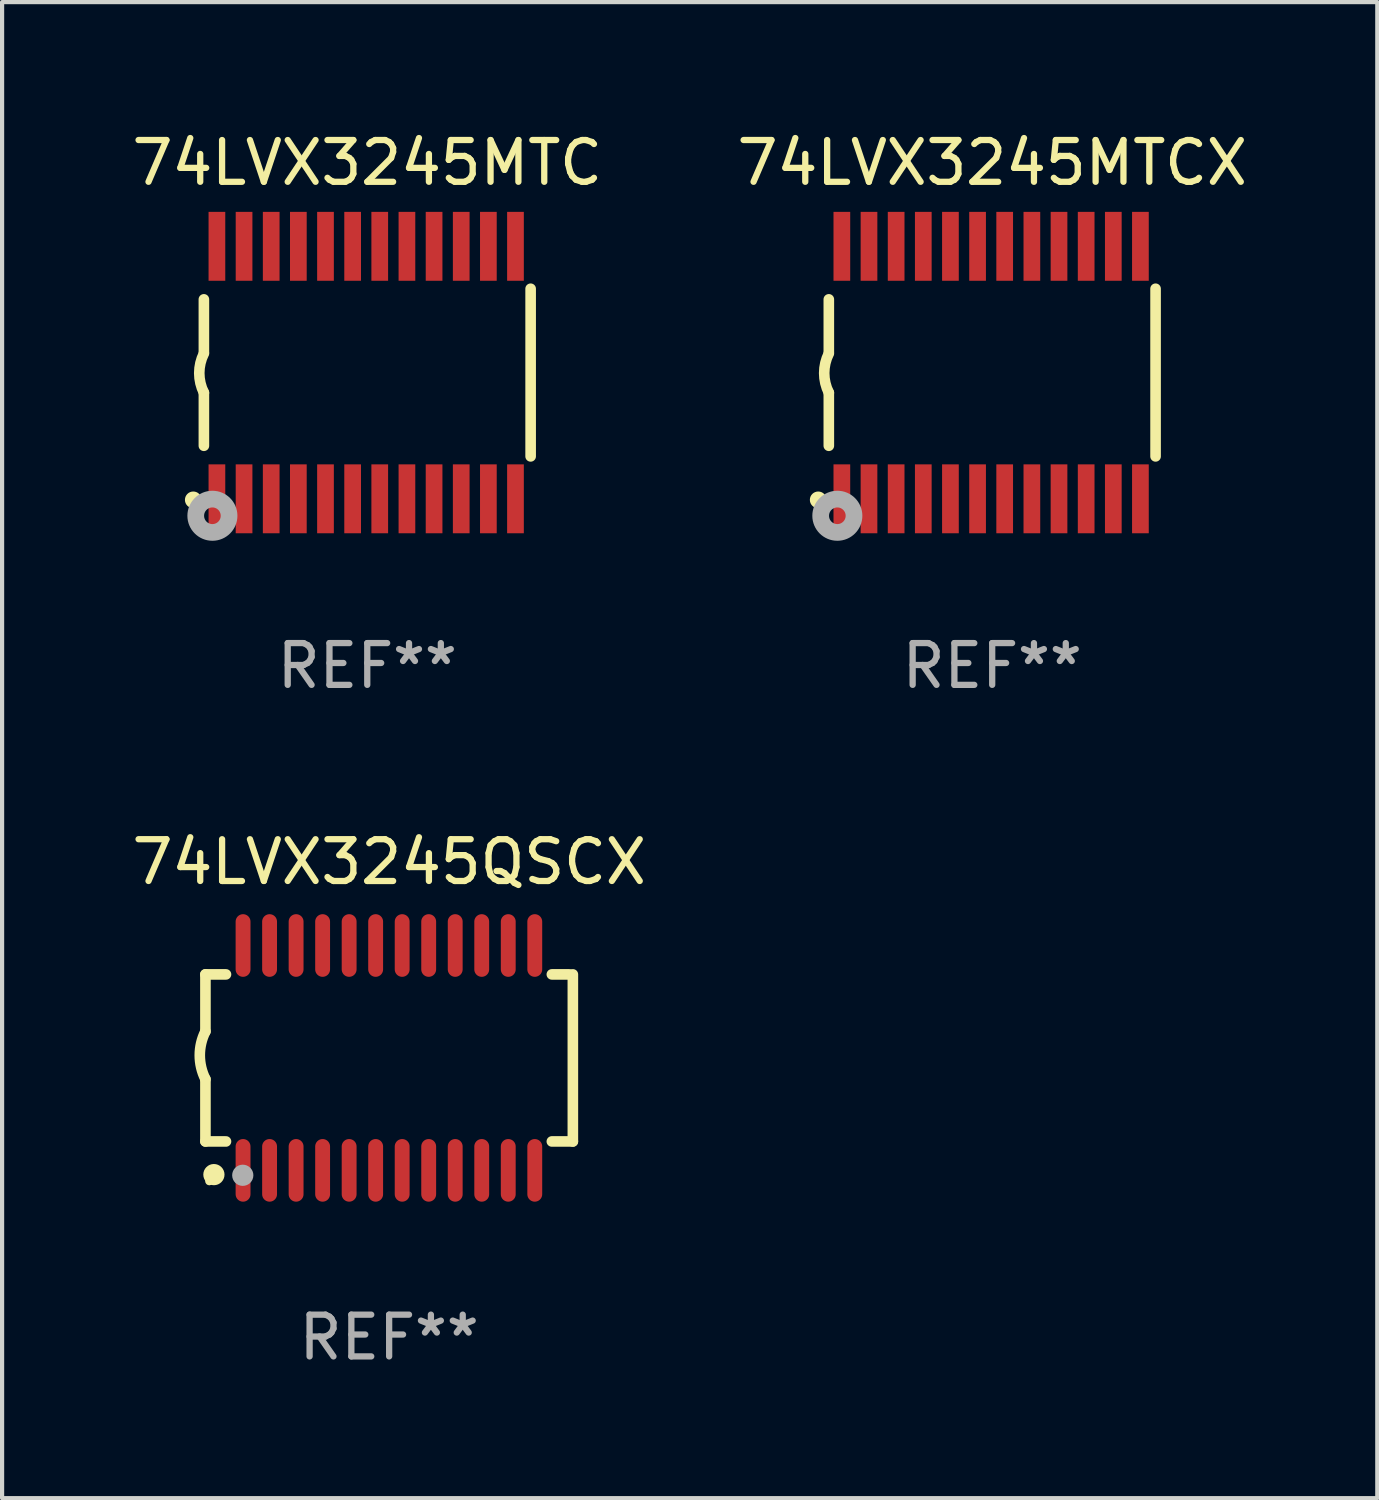
<source format=kicad_pcb>
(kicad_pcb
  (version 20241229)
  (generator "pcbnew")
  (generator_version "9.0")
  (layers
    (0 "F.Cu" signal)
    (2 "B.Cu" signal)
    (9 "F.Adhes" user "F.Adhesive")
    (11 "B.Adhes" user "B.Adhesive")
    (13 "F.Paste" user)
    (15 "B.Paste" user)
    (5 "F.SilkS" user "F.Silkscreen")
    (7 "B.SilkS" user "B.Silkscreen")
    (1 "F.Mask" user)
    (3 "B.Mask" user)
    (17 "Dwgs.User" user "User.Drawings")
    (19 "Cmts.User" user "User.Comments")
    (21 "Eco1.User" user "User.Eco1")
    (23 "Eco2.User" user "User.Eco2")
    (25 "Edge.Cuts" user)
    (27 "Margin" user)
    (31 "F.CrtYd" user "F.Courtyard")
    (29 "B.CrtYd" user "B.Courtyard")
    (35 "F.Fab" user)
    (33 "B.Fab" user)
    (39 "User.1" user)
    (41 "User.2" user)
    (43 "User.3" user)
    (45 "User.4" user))
  (footprint "74LVX3245QSCX"
    (layer "F.Cu")
    (at 6.268 22.282)
    (property "Reference" "74LVX3245QSCX" (at 0 -4.692 0) (layer "F.SilkS") (effects (font (size 1 1) (thickness 0.15))))
    (attr through_hole)
    (fp_line (start -4.399 -2) (end -4.399 -0.635) (stroke (width 0.254) (type solid)) (layer "F.SilkS"))
    (fp_line (start -4.399 -2) (end -3.907 -2) (stroke (width 0.254) (type solid)) (layer "F.SilkS"))
    (fp_line (start -4.399 2) (end -4.399 0.508) (stroke (width 0.254) (type solid)) (layer "F.SilkS"))
    (fp_line (start -4.399 2) (end -3.907 2) (stroke (width 0.254) (type solid)) (layer "F.SilkS"))
    (fp_line (start 3.896 -2) (end 4.313 -2) (stroke (width 0.254) (type solid)) (layer "F.SilkS"))
    (fp_line (start 3.896 2) (end 4.399 2) (stroke (width 0.254) (type solid)) (layer "F.SilkS"))
    (fp_line (start 4.399 2) (end 4.399 -2) (stroke (width 0.254) (type solid)) (layer "F.SilkS"))
    (fp_arc (start -4.399301 0.508001) (mid -4.534214 -0.0635) (end -4.399301 -0.635001) (stroke (width 0.254001) (type solid)) (layer "F.SilkS"))
    (fp_circle (center -4.305 2.95) (end -4.255 2.95) (stroke (width 0.1) (type solid)) (fill no) (layer "F.SilkS"))
    (fp_circle (center -4.196 2.794) (end -4.069 2.794) (stroke (width 0.254) (type solid)) (fill no) (layer "F.SilkS"))
    (fp_circle (center -3.505 2.81) (end -3.378 2.81) (stroke (width 0.254) (type solid)) (fill no) (layer "F.Fab"))
    (fp_text user "REF**" (at 0 6.692 0) (layer "F.Fab") (effects (font (size 1 1) (thickness 0.15))))
    (pad "1" smd oval (at -3.498 2.692 90) (size 1.5 0.356) (layers "F.Cu" "F.Mask" "F.Paste"))
    (pad "2" smd oval (at -2.863 2.692 90) (size 1.5 0.356) (layers "F.Cu" "F.Mask" "F.Paste"))
    (pad "3" smd oval (at -2.228 2.692 90) (size 1.5 0.356) (layers "F.Cu" "F.Mask" "F.Paste"))
    (pad "4" smd oval (at -1.593 2.692 90) (size 1.5 0.356) (layers "F.Cu" "F.Mask" "F.Paste"))
    (pad "5" smd oval (at -0.958 2.692 90) (size 1.5 0.356) (layers "F.Cu" "F.Mask" "F.Paste"))
    (pad "6" smd oval (at -0.323 2.692 90) (size 1.5 0.356) (layers "F.Cu" "F.Mask" "F.Paste"))
    (pad "7" smd oval (at 0.312 2.692 90) (size 1.5 0.356) (layers "F.Cu" "F.Mask" "F.Paste"))
    (pad "8" smd oval (at 0.947 2.692 90) (size 1.5 0.356) (layers "F.Cu" "F.Mask" "F.Paste"))
    (pad "9" smd oval (at 1.582 2.692 90) (size 1.5 0.356) (layers "F.Cu" "F.Mask" "F.Paste"))
    (pad "10" smd oval (at 2.217 2.692 90) (size 1.5 0.356) (layers "F.Cu" "F.Mask" "F.Paste"))
    (pad "11" smd oval (at 2.852 2.692 90) (size 1.5 0.356) (layers "F.Cu" "F.Mask" "F.Paste"))
    (pad "12" smd oval (at 3.487 2.692 90) (size 1.5 0.356) (layers "F.Cu" "F.Mask" "F.Paste"))
    (pad "13" smd oval (at 3.487 -2.692 90) (size 1.5 0.356) (layers "F.Cu" "F.Mask" "F.Paste"))
    (pad "14" smd oval (at 2.852 -2.692 90) (size 1.5 0.356) (layers "F.Cu" "F.Mask" "F.Paste"))
    (pad "15" smd oval (at 2.217 -2.692 90) (size 1.5 0.356) (layers "F.Cu" "F.Mask" "F.Paste"))
    (pad "16" smd oval (at 1.582 -2.692 90) (size 1.5 0.356) (layers "F.Cu" "F.Mask" "F.Paste"))
    (pad "17" smd oval (at 0.947 -2.692 90) (size 1.5 0.356) (layers "F.Cu" "F.Mask" "F.Paste"))
    (pad "18" smd oval (at 0.312 -2.692 90) (size 1.5 0.356) (layers "F.Cu" "F.Mask" "F.Paste"))
    (pad "19" smd oval (at -0.323 -2.692 90) (size 1.5 0.356) (layers "F.Cu" "F.Mask" "F.Paste"))
    (pad "20" smd oval (at -0.958 -2.692 90) (size 1.5 0.356) (layers "F.Cu" "F.Mask" "F.Paste"))
    (pad "21" smd oval (at -1.593 -2.692 90) (size 1.5 0.356) (layers "F.Cu" "F.Mask" "F.Paste"))
    (pad "22" smd oval (at -2.228 -2.692 90) (size 1.5 0.356) (layers "F.Cu" "F.Mask" "F.Paste"))
    (pad "23" smd oval (at -2.863 -2.692 90) (size 1.5 0.356) (layers "F.Cu" "F.Mask" "F.Paste"))
    (pad "24" smd oval (at -3.498 -2.692 90) (size 1.5 0.356) (layers "F.Cu" "F.Mask" "F.Paste")))
  (footprint "74LVX3245MTC"
    (layer "F.Cu")
    (at 5.744 5.871)
    (property "Reference" "74LVX3245MTC" (at 0 -5.023 0) (layer "F.SilkS") (effects (font (size 1 1) (thickness 0.15))))
    (attr through_hole)
    (fp_line (start -3.912 -0.483) (end -3.912 -1.753) (stroke (width 0.254) (type solid)) (layer "F.SilkS"))
    (fp_line (start -3.912 1.753) (end -3.912 0.483) (stroke (width 0.254) (type solid)) (layer "F.SilkS"))
    (fp_line (start 3.912 -2.007) (end 3.912 2.007) (stroke (width 0.254) (type solid)) (layer "F.SilkS"))
    (fp_arc (start -3.911608 0.482601) (mid -4.022537 0.0127) (end -3.911608 -0.457201) (stroke (width 0.254001) (type solid)) (layer "F.SilkS"))
    (fp_circle (center -4.166 3.048) (end -4.066 3.048) (stroke (width 0.2) (type solid)) (fill no) (layer "F.SilkS"))
    (fp_circle (center -3.925 3.186) (end -3.895 3.186) (stroke (width 0.06) (type solid)) (fill no) (layer "F.SilkS"))
    (fp_circle (center -3.708 3.429) (end -3.509 3.429) (stroke (width 0.4) (type solid)) (fill no) (layer "F.Fab"))
    (fp_text user "REF**" (at 0 7.023 0) (layer "F.Fab") (effects (font (size 1 1) (thickness 0.15))))
    (pad "1" smd rect (at -3.6 3.023) (size 0.4 1.65) (layers "F.Cu" "F.Mask" "F.Paste"))
    (pad "2" smd rect (at -2.95 3.023) (size 0.4 1.65) (layers "F.Cu" "F.Mask" "F.Paste"))
    (pad "3" smd rect (at -2.3 3.023) (size 0.4 1.65) (layers "F.Cu" "F.Mask" "F.Paste"))
    (pad "4" smd rect (at -1.65 3.023) (size 0.4 1.65) (layers "F.Cu" "F.Mask" "F.Paste"))
    (pad "5" smd rect (at -1 3.023) (size 0.4 1.65) (layers "F.Cu" "F.Mask" "F.Paste"))
    (pad "6" smd rect (at -0.35 3.023) (size 0.4 1.65) (layers "F.Cu" "F.Mask" "F.Paste"))
    (pad "7" smd rect (at 0.299 3.023) (size 0.4 1.65) (layers "F.Cu" "F.Mask" "F.Paste"))
    (pad "8" smd rect (at 0.95 3.023) (size 0.4 1.65) (layers "F.Cu" "F.Mask" "F.Paste"))
    (pad "9" smd rect (at 1.6 3.023) (size 0.4 1.65) (layers "F.Cu" "F.Mask" "F.Paste"))
    (pad "10" smd rect (at 2.25 3.023) (size 0.4 1.65) (layers "F.Cu" "F.Mask" "F.Paste"))
    (pad "11" smd rect (at 2.9 3.023) (size 0.4 1.65) (layers "F.Cu" "F.Mask" "F.Paste"))
    (pad "12" smd rect (at 3.549 3.023) (size 0.4 1.65) (layers "F.Cu" "F.Mask" "F.Paste"))
    (pad "13" smd rect (at 3.549 -3.023) (size 0.4 1.65) (layers "F.Cu" "F.Mask" "F.Paste"))
    (pad "14" smd rect (at 2.9 -3.023) (size 0.4 1.65) (layers "F.Cu" "F.Mask" "F.Paste"))
    (pad "15" smd rect (at 2.25 -3.023) (size 0.4 1.65) (layers "F.Cu" "F.Mask" "F.Paste"))
    (pad "16" smd rect (at 1.6 -3.023) (size 0.4 1.65) (layers "F.Cu" "F.Mask" "F.Paste"))
    (pad "17" smd rect (at 0.95 -3.023) (size 0.4 1.65) (layers "F.Cu" "F.Mask" "F.Paste"))
    (pad "18" smd rect (at 0.299 -3.023) (size 0.4 1.65) (layers "F.Cu" "F.Mask" "F.Paste"))
    (pad "19" smd rect (at -0.35 -3.023) (size 0.4 1.65) (layers "F.Cu" "F.Mask" "F.Paste"))
    (pad "20" smd rect (at -1 -3.023) (size 0.4 1.65) (layers "F.Cu" "F.Mask" "F.Paste"))
    (pad "21" smd rect (at -1.65 -3.023) (size 0.4 1.65) (layers "F.Cu" "F.Mask" "F.Paste"))
    (pad "22" smd rect (at -2.3 -3.023) (size 0.4 1.65) (layers "F.Cu" "F.Mask" "F.Paste"))
    (pad "23" smd rect (at -2.95 -3.023) (size 0.4 1.65) (layers "F.Cu" "F.Mask" "F.Paste"))
    (pad "24" smd rect (at -3.6 -3.023) (size 0.4 1.65) (layers "F.Cu" "F.Mask" "F.Paste")))
  (footprint "74LVX3245MTCX"
    (layer "F.Cu")
    (at 20.708 5.871)
    (property "Reference" "74LVX3245MTCX" (at 0 -5.023 0) (layer "F.SilkS") (effects (font (size 1 1) (thickness 0.15))))
    (attr through_hole)
    (fp_line (start -3.912 -0.483) (end -3.912 -1.753) (stroke (width 0.254) (type solid)) (layer "F.SilkS"))
    (fp_line (start -3.912 1.753) (end -3.912 0.483) (stroke (width 0.254) (type solid)) (layer "F.SilkS"))
    (fp_line (start 3.912 -2.007) (end 3.912 2.007) (stroke (width 0.254) (type solid)) (layer "F.SilkS"))
    (fp_arc (start -3.911608 0.482601) (mid -4.022537 0.0127) (end -3.911608 -0.457201) (stroke (width 0.254001) (type solid)) (layer "F.SilkS"))
    (fp_circle (center -4.166 3.048) (end -4.066 3.048) (stroke (width 0.2) (type solid)) (fill no) (layer "F.SilkS"))
    (fp_circle (center -3.925 3.186) (end -3.895 3.186) (stroke (width 0.06) (type solid)) (fill no) (layer "F.SilkS"))
    (fp_circle (center -3.708 3.429) (end -3.509 3.429) (stroke (width 0.4) (type solid)) (fill no) (layer "F.Fab"))
    (fp_text user "REF**" (at 0 7.023 0) (layer "F.Fab") (effects (font (size 1 1) (thickness 0.15))))
    (pad "1" smd rect (at -3.6 3.023) (size 0.4 1.65) (layers "F.Cu" "F.Mask" "F.Paste"))
    (pad "2" smd rect (at -2.95 3.023) (size 0.4 1.65) (layers "F.Cu" "F.Mask" "F.Paste"))
    (pad "3" smd rect (at -2.3 3.023) (size 0.4 1.65) (layers "F.Cu" "F.Mask" "F.Paste"))
    (pad "4" smd rect (at -1.65 3.023) (size 0.4 1.65) (layers "F.Cu" "F.Mask" "F.Paste"))
    (pad "5" smd rect (at -1 3.023) (size 0.4 1.65) (layers "F.Cu" "F.Mask" "F.Paste"))
    (pad "6" smd rect (at -0.35 3.023) (size 0.4 1.65) (layers "F.Cu" "F.Mask" "F.Paste"))
    (pad "7" smd rect (at 0.299 3.023) (size 0.4 1.65) (layers "F.Cu" "F.Mask" "F.Paste"))
    (pad "8" smd rect (at 0.95 3.023) (size 0.4 1.65) (layers "F.Cu" "F.Mask" "F.Paste"))
    (pad "9" smd rect (at 1.6 3.023) (size 0.4 1.65) (layers "F.Cu" "F.Mask" "F.Paste"))
    (pad "10" smd rect (at 2.25 3.023) (size 0.4 1.65) (layers "F.Cu" "F.Mask" "F.Paste"))
    (pad "11" smd rect (at 2.9 3.023) (size 0.4 1.65) (layers "F.Cu" "F.Mask" "F.Paste"))
    (pad "12" smd rect (at 3.549 3.023) (size 0.4 1.65) (layers "F.Cu" "F.Mask" "F.Paste"))
    (pad "13" smd rect (at 3.549 -3.023) (size 0.4 1.65) (layers "F.Cu" "F.Mask" "F.Paste"))
    (pad "14" smd rect (at 2.9 -3.023) (size 0.4 1.65) (layers "F.Cu" "F.Mask" "F.Paste"))
    (pad "15" smd rect (at 2.25 -3.023) (size 0.4 1.65) (layers "F.Cu" "F.Mask" "F.Paste"))
    (pad "16" smd rect (at 1.6 -3.023) (size 0.4 1.65) (layers "F.Cu" "F.Mask" "F.Paste"))
    (pad "17" smd rect (at 0.95 -3.023) (size 0.4 1.65) (layers "F.Cu" "F.Mask" "F.Paste"))
    (pad "18" smd rect (at 0.299 -3.023) (size 0.4 1.65) (layers "F.Cu" "F.Mask" "F.Paste"))
    (pad "19" smd rect (at -0.35 -3.023) (size 0.4 1.65) (layers "F.Cu" "F.Mask" "F.Paste"))
    (pad "20" smd rect (at -1 -3.023) (size 0.4 1.65) (layers "F.Cu" "F.Mask" "F.Paste"))
    (pad "21" smd rect (at -1.65 -3.023) (size 0.4 1.65) (layers "F.Cu" "F.Mask" "F.Paste"))
    (pad "22" smd rect (at -2.3 -3.023) (size 0.4 1.65) (layers "F.Cu" "F.Mask" "F.Paste"))
    (pad "23" smd rect (at -2.95 -3.023) (size 0.4 1.65) (layers "F.Cu" "F.Mask" "F.Paste"))
    (pad "24" smd rect (at -3.6 -3.023) (size 0.4 1.65) (layers "F.Cu" "F.Mask" "F.Paste")))
  (gr_rect
    (start -3 -3)
    (end 29.929 32.823)
    (stroke (width 0.1) (type default))
    (fill no)
    (layer "Edge.Cuts")))
</source>
